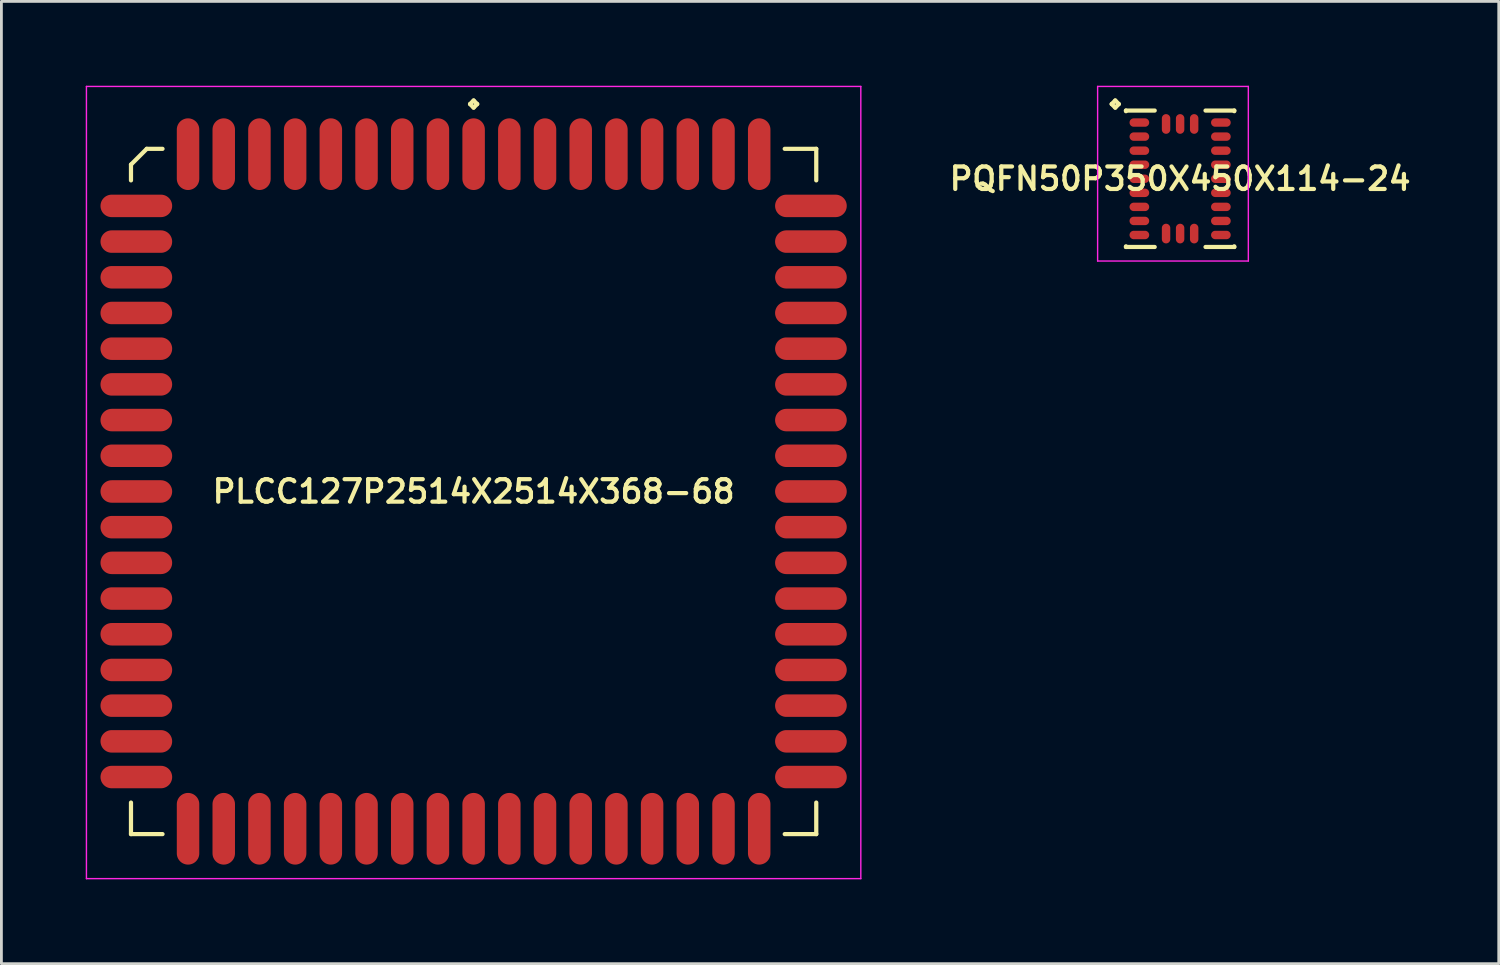
<source format=kicad_pcb>
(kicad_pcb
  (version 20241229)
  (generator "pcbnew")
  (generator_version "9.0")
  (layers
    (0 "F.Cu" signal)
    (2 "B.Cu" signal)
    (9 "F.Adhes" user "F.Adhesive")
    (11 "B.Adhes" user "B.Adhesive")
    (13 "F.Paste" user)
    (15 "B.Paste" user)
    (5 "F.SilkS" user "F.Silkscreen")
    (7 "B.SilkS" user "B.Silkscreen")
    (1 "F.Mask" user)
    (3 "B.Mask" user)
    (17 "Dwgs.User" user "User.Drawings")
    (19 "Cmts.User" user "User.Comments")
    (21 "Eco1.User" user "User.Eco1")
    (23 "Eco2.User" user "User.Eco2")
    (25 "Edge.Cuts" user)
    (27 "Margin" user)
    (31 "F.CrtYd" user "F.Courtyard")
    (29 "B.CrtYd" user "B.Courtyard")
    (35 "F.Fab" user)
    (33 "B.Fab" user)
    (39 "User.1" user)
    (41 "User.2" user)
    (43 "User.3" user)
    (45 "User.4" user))
  (footprint "PQFN50P350X450X114-24"
    (layer "F.Cu")
    (at 38.935 3.31)
    (property "Reference" "PQFN50P350X450X114-24" (at 0 0 0) (layer "F.SilkS") (effects (font (size 0.8 0.8) (thickness 0.15))))
    (attr smd)
    (fp_line (start -2.435 -2.658) (end -2.308 -2.785) (stroke (width 0.15) (type solid)) (layer "F.SilkS"))
    (fp_line (start -2.308 -2.785) (end -2.181 -2.658) (stroke (width 0.15) (type solid)) (layer "F.SilkS"))
    (fp_line (start -2.308 -2.531) (end -2.435 -2.658) (stroke (width 0.15) (type solid)) (layer "F.SilkS"))
    (fp_line (start -2.181 -2.658) (end -2.308 -2.531) (stroke (width 0.15) (type solid)) (layer "F.SilkS"))
    (fp_line (start -1.927 -2.427) (end -0.904 -2.427) (stroke (width 0.15) (type solid)) (layer "F.SilkS"))
    (fp_line (start -1.927 -2.404) (end -1.927 -2.427) (stroke (width 0.15) (type solid)) (layer "F.SilkS"))
    (fp_line (start -1.927 2.404) (end -1.927 2.427) (stroke (width 0.15) (type solid)) (layer "F.SilkS"))
    (fp_line (start -1.927 2.427) (end -0.904 2.427) (stroke (width 0.15) (type solid)) (layer "F.SilkS"))
    (fp_line (start 0.904 -2.427) (end 1.927 -2.427) (stroke (width 0.15) (type solid)) (layer "F.SilkS"))
    (fp_line (start 0.904 2.427) (end 1.927 2.427) (stroke (width 0.15) (type solid)) (layer "F.SilkS"))
    (fp_line (start 1.927 -2.427) (end 1.927 -2.404) (stroke (width 0.15) (type solid)) (layer "F.SilkS"))
    (fp_line (start 1.927 2.427) (end 1.927 2.404) (stroke (width 0.15) (type solid)) (layer "F.SilkS"))
    (fp_line (start -2.935 -3.285) (end 2.427 -3.285) (stroke (width 0.05) (type solid)) (layer "F.CrtYd"))
    (fp_line (start -2.935 2.927) (end -2.935 -3.285) (stroke (width 0.05) (type solid)) (layer "F.CrtYd"))
    (fp_line (start 2.427 -3.285) (end 2.427 2.927) (stroke (width 0.05) (type solid)) (layer "F.CrtYd"))
    (fp_line (start 2.427 2.927) (end -2.935 2.927) (stroke (width 0.05) (type solid)) (layer "F.CrtYd"))
    (pad "1" smd oval (at -1.45 -2) (size 0.7 0.3) (layers "F.Cu" "F.Mask" "F.Paste"))
    (pad "2" smd oval (at -1.45 -1.5) (size 0.7 0.3) (layers "F.Cu" "F.Mask" "F.Paste"))
    (pad "3" smd oval (at -1.45 -1) (size 0.7 0.3) (layers "F.Cu" "F.Mask" "F.Paste"))
    (pad "4" smd oval (at -1.45 -0.5) (size 0.7 0.3) (layers "F.Cu" "F.Mask" "F.Paste"))
    (pad "5" smd oval (at -1.45 0) (size 0.7 0.3) (layers "F.Cu" "F.Mask" "F.Paste"))
    (pad "6" smd oval (at -1.45 0.5) (size 0.7 0.3) (layers "F.Cu" "F.Mask" "F.Paste"))
    (pad "7" smd oval (at -1.45 1) (size 0.7 0.3) (layers "F.Cu" "F.Mask" "F.Paste"))
    (pad "8" smd oval (at -1.45 1.5) (size 0.7 0.3) (layers "F.Cu" "F.Mask" "F.Paste"))
    (pad "9" smd oval (at -1.45 2) (size 0.7 0.3) (layers "F.Cu" "F.Mask" "F.Paste"))
    (pad "10" smd oval (at -0.5 1.95) (size 0.3 0.7) (layers "F.Cu" "F.Mask" "F.Paste"))
    (pad "11" smd oval (at 0 1.95) (size 0.3 0.7) (layers "F.Cu" "F.Mask" "F.Paste"))
    (pad "12" smd oval (at 0.5 1.95) (size 0.3 0.7) (layers "F.Cu" "F.Mask" "F.Paste"))
    (pad "13" smd oval (at 1.45 2) (size 0.7 0.3) (layers "F.Cu" "F.Mask" "F.Paste"))
    (pad "14" smd oval (at 1.45 1.5) (size 0.7 0.3) (layers "F.Cu" "F.Mask" "F.Paste"))
    (pad "15" smd oval (at 1.45 1) (size 0.7 0.3) (layers "F.Cu" "F.Mask" "F.Paste"))
    (pad "16" smd oval (at 1.45 0.5) (size 0.7 0.3) (layers "F.Cu" "F.Mask" "F.Paste"))
    (pad "17" smd oval (at 1.45 0) (size 0.7 0.3) (layers "F.Cu" "F.Mask" "F.Paste"))
    (pad "18" smd oval (at 1.45 -0.5) (size 0.7 0.3) (layers "F.Cu" "F.Mask" "F.Paste"))
    (pad "19" smd oval (at 1.45 -1) (size 0.7 0.3) (layers "F.Cu" "F.Mask" "F.Paste"))
    (pad "20" smd oval (at 1.45 -1.5) (size 0.7 0.3) (layers "F.Cu" "F.Mask" "F.Paste"))
    (pad "21" smd oval (at 1.45 -2) (size 0.7 0.3) (layers "F.Cu" "F.Mask" "F.Paste"))
    (pad "22" smd oval (at 0.5 -1.95) (size 0.3 0.7) (layers "F.Cu" "F.Mask" "F.Paste"))
    (pad "23" smd oval (at 0 -1.95) (size 0.3 0.7) (layers "F.Cu" "F.Mask" "F.Paste"))
    (pad "24" smd oval (at -0.5 -1.95) (size 0.3 0.7) (layers "F.Cu" "F.Mask" "F.Paste")))
  (footprint "PLCC127P2514X2514X368-68"
    (layer "F.Cu")
    (at 13.8 14.435)
    (property "Reference" "PLCC127P2514X2514X368-68" (at 0 0 0) (layer "F.SilkS") (effects (font (size 0.8 0.8) (thickness 0.15))))
    (attr smd)
    (fp_line (start -12.19 -11.629) (end -11.629 -12.19) (stroke (width 0.15) (type solid)) (layer "F.SilkS"))
    (fp_line (start -12.19 -11.068) (end -12.19 -11.629) (stroke (width 0.15) (type solid)) (layer "F.SilkS"))
    (fp_line (start -12.19 11.068) (end -12.19 12.19) (stroke (width 0.15) (type solid)) (layer "F.SilkS"))
    (fp_line (start -12.19 12.19) (end -11.068 12.19) (stroke (width 0.15) (type solid)) (layer "F.SilkS"))
    (fp_line (start -11.629 -12.19) (end -11.068 -12.19) (stroke (width 0.15) (type solid)) (layer "F.SilkS"))
    (fp_line (start -0.127 -13.783) (end 0 -13.91) (stroke (width 0.15) (type solid)) (layer "F.SilkS"))
    (fp_line (start 0 -13.91) (end 0.127 -13.783) (stroke (width 0.15) (type solid)) (layer "F.SilkS"))
    (fp_line (start 0 -13.656) (end -0.127 -13.783) (stroke (width 0.15) (type solid)) (layer "F.SilkS"))
    (fp_line (start 0.127 -13.783) (end 0 -13.656) (stroke (width 0.15) (type solid)) (layer "F.SilkS"))
    (fp_line (start 12.19 -12.19) (end 11.068 -12.19) (stroke (width 0.15) (type solid)) (layer "F.SilkS"))
    (fp_line (start 12.19 -11.068) (end 12.19 -12.19) (stroke (width 0.15) (type solid)) (layer "F.SilkS"))
    (fp_line (start 12.19 11.068) (end 12.19 12.19) (stroke (width 0.15) (type solid)) (layer "F.SilkS"))
    (fp_line (start 12.19 12.19) (end 11.068 12.19) (stroke (width 0.15) (type solid)) (layer "F.SilkS"))
    (fp_line (start -13.775 -14.41) (end 13.775 -14.41) (stroke (width 0.05) (type solid)) (layer "F.CrtYd"))
    (fp_line (start -13.775 13.775) (end -13.775 -14.41) (stroke (width 0.05) (type solid)) (layer "F.CrtYd"))
    (fp_line (start 13.775 -14.41) (end 13.775 13.775) (stroke (width 0.05) (type solid)) (layer "F.CrtYd"))
    (fp_line (start 13.775 13.775) (end -13.775 13.775) (stroke (width 0.05) (type solid)) (layer "F.CrtYd"))
    (pad "1" smd oval (at 0 -12) (size 0.8 2.55) (layers "F.Cu" "F.Mask" "F.Paste"))
    (pad "2" smd oval (at -1.27 -12) (size 0.8 2.55) (layers "F.Cu" "F.Mask" "F.Paste"))
    (pad "3" smd oval (at -2.54 -12) (size 0.8 2.55) (layers "F.Cu" "F.Mask" "F.Paste"))
    (pad "4" smd oval (at -3.81 -12) (size 0.8 2.55) (layers "F.Cu" "F.Mask" "F.Paste"))
    (pad "5" smd oval (at -5.08 -12) (size 0.8 2.55) (layers "F.Cu" "F.Mask" "F.Paste"))
    (pad "6" smd oval (at -6.35 -12) (size 0.8 2.55) (layers "F.Cu" "F.Mask" "F.Paste"))
    (pad "7" smd oval (at -7.62 -12) (size 0.8 2.55) (layers "F.Cu" "F.Mask" "F.Paste"))
    (pad "8" smd oval (at -8.89 -12) (size 0.8 2.55) (layers "F.Cu" "F.Mask" "F.Paste"))
    (pad "9" smd oval (at -10.16 -12) (size 0.8 2.55) (layers "F.Cu" "F.Mask" "F.Paste"))
    (pad "10" smd oval (at -12 -10.16) (size 2.55 0.8) (layers "F.Cu" "F.Mask" "F.Paste"))
    (pad "11" smd oval (at -12 -8.89) (size 2.55 0.8) (layers "F.Cu" "F.Mask" "F.Paste"))
    (pad "12" smd oval (at -12 -7.62) (size 2.55 0.8) (layers "F.Cu" "F.Mask" "F.Paste"))
    (pad "13" smd oval (at -12 -6.35) (size 2.55 0.8) (layers "F.Cu" "F.Mask" "F.Paste"))
    (pad "14" smd oval (at -12 -5.08) (size 2.55 0.8) (layers "F.Cu" "F.Mask" "F.Paste"))
    (pad "15" smd oval (at -12 -3.81) (size 2.55 0.8) (layers "F.Cu" "F.Mask" "F.Paste"))
    (pad "16" smd oval (at -12 -2.54) (size 2.55 0.8) (layers "F.Cu" "F.Mask" "F.Paste"))
    (pad "17" smd oval (at -12 -1.27) (size 2.55 0.8) (layers "F.Cu" "F.Mask" "F.Paste"))
    (pad "18" smd oval (at -12 0) (size 2.55 0.8) (layers "F.Cu" "F.Mask" "F.Paste"))
    (pad "19" smd oval (at -12 1.27) (size 2.55 0.8) (layers "F.Cu" "F.Mask" "F.Paste"))
    (pad "20" smd oval (at -12 2.54) (size 2.55 0.8) (layers "F.Cu" "F.Mask" "F.Paste"))
    (pad "21" smd oval (at -12 3.81) (size 2.55 0.8) (layers "F.Cu" "F.Mask" "F.Paste"))
    (pad "22" smd oval (at -12 5.08) (size 2.55 0.8) (layers "F.Cu" "F.Mask" "F.Paste"))
    (pad "23" smd oval (at -12 6.35) (size 2.55 0.8) (layers "F.Cu" "F.Mask" "F.Paste"))
    (pad "24" smd oval (at -12 7.62) (size 2.55 0.8) (layers "F.Cu" "F.Mask" "F.Paste"))
    (pad "25" smd oval (at -12 8.89) (size 2.55 0.8) (layers "F.Cu" "F.Mask" "F.Paste"))
    (pad "26" smd oval (at -12 10.16) (size 2.55 0.8) (layers "F.Cu" "F.Mask" "F.Paste"))
    (pad "27" smd oval (at -10.16 12) (size 0.8 2.55) (layers "F.Cu" "F.Mask" "F.Paste"))
    (pad "28" smd oval (at -8.89 12) (size 0.8 2.55) (layers "F.Cu" "F.Mask" "F.Paste"))
    (pad "29" smd oval (at -7.62 12) (size 0.8 2.55) (layers "F.Cu" "F.Mask" "F.Paste"))
    (pad "30" smd oval (at -6.35 12) (size 0.8 2.55) (layers "F.Cu" "F.Mask" "F.Paste"))
    (pad "31" smd oval (at -5.08 12) (size 0.8 2.55) (layers "F.Cu" "F.Mask" "F.Paste"))
    (pad "32" smd oval (at -3.81 12) (size 0.8 2.55) (layers "F.Cu" "F.Mask" "F.Paste"))
    (pad "33" smd oval (at -2.54 12) (size 0.8 2.55) (layers "F.Cu" "F.Mask" "F.Paste"))
    (pad "34" smd oval (at -1.27 12) (size 0.8 2.55) (layers "F.Cu" "F.Mask" "F.Paste"))
    (pad "35" smd oval (at 0 12) (size 0.8 2.55) (layers "F.Cu" "F.Mask" "F.Paste"))
    (pad "36" smd oval (at 1.27 12) (size 0.8 2.55) (layers "F.Cu" "F.Mask" "F.Paste"))
    (pad "37" smd oval (at 2.54 12) (size 0.8 2.55) (layers "F.Cu" "F.Mask" "F.Paste"))
    (pad "38" smd oval (at 3.81 12) (size 0.8 2.55) (layers "F.Cu" "F.Mask" "F.Paste"))
    (pad "39" smd oval (at 5.08 12) (size 0.8 2.55) (layers "F.Cu" "F.Mask" "F.Paste"))
    (pad "40" smd oval (at 6.35 12) (size 0.8 2.55) (layers "F.Cu" "F.Mask" "F.Paste"))
    (pad "41" smd oval (at 7.62 12) (size 0.8 2.55) (layers "F.Cu" "F.Mask" "F.Paste"))
    (pad "42" smd oval (at 8.89 12) (size 0.8 2.55) (layers "F.Cu" "F.Mask" "F.Paste"))
    (pad "43" smd oval (at 10.16 12) (size 0.8 2.55) (layers "F.Cu" "F.Mask" "F.Paste"))
    (pad "44" smd oval (at 12 10.16) (size 2.55 0.8) (layers "F.Cu" "F.Mask" "F.Paste"))
    (pad "45" smd oval (at 12 8.89) (size 2.55 0.8) (layers "F.Cu" "F.Mask" "F.Paste"))
    (pad "46" smd oval (at 12 7.62) (size 2.55 0.8) (layers "F.Cu" "F.Mask" "F.Paste"))
    (pad "47" smd oval (at 12 6.35) (size 2.55 0.8) (layers "F.Cu" "F.Mask" "F.Paste"))
    (pad "48" smd oval (at 12 5.08) (size 2.55 0.8) (layers "F.Cu" "F.Mask" "F.Paste"))
    (pad "49" smd oval (at 12 3.81) (size 2.55 0.8) (layers "F.Cu" "F.Mask" "F.Paste"))
    (pad "50" smd oval (at 12 2.54) (size 2.55 0.8) (layers "F.Cu" "F.Mask" "F.Paste"))
    (pad "51" smd oval (at 12 1.27) (size 2.55 0.8) (layers "F.Cu" "F.Mask" "F.Paste"))
    (pad "52" smd oval (at 12 0) (size 2.55 0.8) (layers "F.Cu" "F.Mask" "F.Paste"))
    (pad "53" smd oval (at 12 -1.27) (size 2.55 0.8) (layers "F.Cu" "F.Mask" "F.Paste"))
    (pad "54" smd oval (at 12 -2.54) (size 2.55 0.8) (layers "F.Cu" "F.Mask" "F.Paste"))
    (pad "55" smd oval (at 12 -3.81) (size 2.55 0.8) (layers "F.Cu" "F.Mask" "F.Paste"))
    (pad "56" smd oval (at 12 -5.08) (size 2.55 0.8) (layers "F.Cu" "F.Mask" "F.Paste"))
    (pad "57" smd oval (at 12 -6.35) (size 2.55 0.8) (layers "F.Cu" "F.Mask" "F.Paste"))
    (pad "58" smd oval (at 12 -7.62) (size 2.55 0.8) (layers "F.Cu" "F.Mask" "F.Paste"))
    (pad "59" smd oval (at 12 -8.89) (size 2.55 0.8) (layers "F.Cu" "F.Mask" "F.Paste"))
    (pad "60" smd oval (at 12 -10.16) (size 2.55 0.8) (layers "F.Cu" "F.Mask" "F.Paste"))
    (pad "61" smd oval (at 10.16 -12) (size 0.8 2.55) (layers "F.Cu" "F.Mask" "F.Paste"))
    (pad "62" smd oval (at 8.89 -12) (size 0.8 2.55) (layers "F.Cu" "F.Mask" "F.Paste"))
    (pad "63" smd oval (at 7.62 -12) (size 0.8 2.55) (layers "F.Cu" "F.Mask" "F.Paste"))
    (pad "64" smd oval (at 6.35 -12) (size 0.8 2.55) (layers "F.Cu" "F.Mask" "F.Paste"))
    (pad "65" smd oval (at 5.08 -12) (size 0.8 2.55) (layers "F.Cu" "F.Mask" "F.Paste"))
    (pad "66" smd oval (at 3.81 -12) (size 0.8 2.55) (layers "F.Cu" "F.Mask" "F.Paste"))
    (pad "67" smd oval (at 2.54 -12) (size 0.8 2.55) (layers "F.Cu" "F.Mask" "F.Paste"))
    (pad "68" smd oval (at 1.27 -12) (size 0.8 2.55) (layers "F.Cu" "F.Mask" "F.Paste")))
  (gr_rect
    (start -3 -3)
    (end 50.271 31.235)
    (stroke (width 0.1) (type default))
    (fill no)
    (layer "Edge.Cuts")))
</source>
